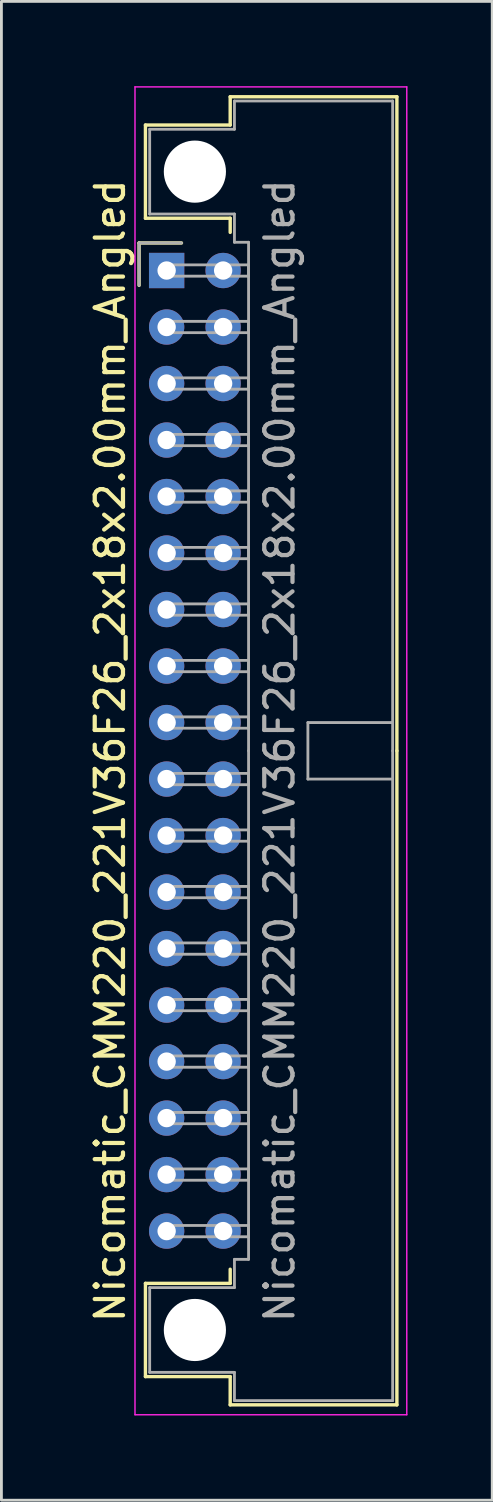
<source format=kicad_pcb>
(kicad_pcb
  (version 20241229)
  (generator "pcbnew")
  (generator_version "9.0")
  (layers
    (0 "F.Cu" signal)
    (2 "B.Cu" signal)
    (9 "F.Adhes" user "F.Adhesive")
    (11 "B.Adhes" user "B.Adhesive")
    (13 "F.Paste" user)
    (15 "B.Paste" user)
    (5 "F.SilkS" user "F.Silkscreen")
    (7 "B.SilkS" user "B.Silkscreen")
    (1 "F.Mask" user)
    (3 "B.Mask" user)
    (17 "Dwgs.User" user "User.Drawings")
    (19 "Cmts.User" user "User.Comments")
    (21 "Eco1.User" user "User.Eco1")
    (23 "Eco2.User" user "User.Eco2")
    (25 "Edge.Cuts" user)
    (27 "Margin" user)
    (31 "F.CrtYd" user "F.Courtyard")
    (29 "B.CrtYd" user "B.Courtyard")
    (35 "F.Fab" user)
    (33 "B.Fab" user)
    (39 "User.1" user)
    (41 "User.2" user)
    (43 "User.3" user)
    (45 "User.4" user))
  (footprint "Nicomatic_CMM220_221V36F26_2x18x2.00mm_Angled"
    (layer "F.Cu")
    (at 2.848 6.525)
    (property "Reference" "Nicomatic_CMM220_221V36F26_2x18x2.00mm_Angled" (at -2 17 90) (layer "F.SilkS") (effects (font (size 1 1) (thickness 0.15))))
    (attr through_hole)
    (fp_line (start -0.975 -0.975) (end -0.975 0.525) (stroke (width 0.12) (type solid)) (layer "F.SilkS"))
    (fp_line (start -0.75 -5.15) (end -0.75 -1.85) (stroke (width 0.12) (type solid)) (layer "F.SilkS"))
    (fp_line (start -0.75 -1.85) (end 2.25 -1.85) (stroke (width 0.12) (type solid)) (layer "F.SilkS"))
    (fp_line (start -0.75 35.85) (end 2.25 35.85) (stroke (width 0.12) (type solid)) (layer "F.SilkS"))
    (fp_line (start -0.75 39.15) (end -0.75 35.85) (stroke (width 0.12) (type solid)) (layer "F.SilkS"))
    (fp_line (start 0.525 -0.975) (end -0.975 -0.975) (stroke (width 0.12) (type solid)) (layer "F.SilkS"))
    (fp_line (start 2.25 -6.15) (end 2.25 -5.15) (stroke (width 0.12) (type solid)) (layer "F.SilkS"))
    (fp_line (start 2.25 -5.15) (end -0.75 -5.15) (stroke (width 0.12) (type solid)) (layer "F.SilkS"))
    (fp_line (start 2.25 -1.85) (end 2.25 -1.35) (stroke (width 0.12) (type solid)) (layer "F.SilkS"))
    (fp_line (start 2.25 35.85) (end 2.25 35.35) (stroke (width 0.12) (type solid)) (layer "F.SilkS"))
    (fp_line (start 2.25 39.15) (end -0.75 39.15) (stroke (width 0.12) (type solid)) (layer "F.SilkS"))
    (fp_line (start 2.25 40.15) (end 2.25 39.15) (stroke (width 0.12) (type solid)) (layer "F.SilkS"))
    (fp_line (start 8.15 -6.15) (end 2.25 -6.15) (stroke (width 0.12) (type solid)) (layer "F.SilkS"))
    (fp_line (start 8.15 17) (end 8.15 -6.15) (stroke (width 0.12) (type solid)) (layer "F.SilkS"))
    (fp_line (start 8.15 17) (end 8.15 40.15) (stroke (width 0.12) (type solid)) (layer "F.SilkS"))
    (fp_line (start 8.15 40.15) (end 2.25 40.15) (stroke (width 0.12) (type solid)) (layer "F.SilkS"))
    (fp_line (start -1.12 -6.5) (end -1.12 40.5) (stroke (width 0.05) (type solid)) (layer "F.CrtYd"))
    (fp_line (start -1.12 40.5) (end 8.5 40.5) (stroke (width 0.05) (type solid)) (layer "F.CrtYd"))
    (fp_line (start 8.5 -6.5) (end -1.12 -6.5) (stroke (width 0.05) (type solid)) (layer "F.CrtYd"))
    (fp_line (start 8.5 40.5) (end 8.5 -6.5) (stroke (width 0.05) (type solid)) (layer "F.CrtYd"))
    (fp_line (start -0.975 -0.975) (end -0.975 0.525) (stroke (width 0.1) (type solid)) (layer "F.Fab"))
    (fp_line (start -0.6 -5) (end -0.6 -2) (stroke (width 0.1) (type solid)) (layer "F.Fab"))
    (fp_line (start -0.6 -2) (end 2.4 -2) (stroke (width 0.1) (type solid)) (layer "F.Fab"))
    (fp_line (start -0.6 36) (end 2.4 36) (stroke (width 0.1) (type solid)) (layer "F.Fab"))
    (fp_line (start -0.6 39) (end -0.6 36) (stroke (width 0.1) (type solid)) (layer "F.Fab"))
    (fp_line (start 0 -0.2) (end 0 0.2) (stroke (width 0.1) (type solid)) (layer "F.Fab"))
    (fp_line (start 0 0.2) (end 2.9 0.2) (stroke (width 0.1) (type solid)) (layer "F.Fab"))
    (fp_line (start 0 1.8) (end 0 2.2) (stroke (width 0.1) (type solid)) (layer "F.Fab"))
    (fp_line (start 0 2.2) (end 2.9 2.2) (stroke (width 0.1) (type solid)) (layer "F.Fab"))
    (fp_line (start 0 3.8) (end 0 4.2) (stroke (width 0.1) (type solid)) (layer "F.Fab"))
    (fp_line (start 0 4.2) (end 2.9 4.2) (stroke (width 0.1) (type solid)) (layer "F.Fab"))
    (fp_line (start 0 5.8) (end 0 6.2) (stroke (width 0.1) (type solid)) (layer "F.Fab"))
    (fp_line (start 0 6.2) (end 2.9 6.2) (stroke (width 0.1) (type solid)) (layer "F.Fab"))
    (fp_line (start 0 7.8) (end 0 8.2) (stroke (width 0.1) (type solid)) (layer "F.Fab"))
    (fp_line (start 0 8.2) (end 2.9 8.2) (stroke (width 0.1) (type solid)) (layer "F.Fab"))
    (fp_line (start 0 9.8) (end 0 10.2) (stroke (width 0.1) (type solid)) (layer "F.Fab"))
    (fp_line (start 0 10.2) (end 2.9 10.2) (stroke (width 0.1) (type solid)) (layer "F.Fab"))
    (fp_line (start 0 11.8) (end 0 12.2) (stroke (width 0.1) (type solid)) (layer "F.Fab"))
    (fp_line (start 0 12.2) (end 2.9 12.2) (stroke (width 0.1) (type solid)) (layer "F.Fab"))
    (fp_line (start 0 13.8) (end 0 14.2) (stroke (width 0.1) (type solid)) (layer "F.Fab"))
    (fp_line (start 0 14.2) (end 2.9 14.2) (stroke (width 0.1) (type solid)) (layer "F.Fab"))
    (fp_line (start 0 15.8) (end 0 16.2) (stroke (width 0.1) (type solid)) (layer "F.Fab"))
    (fp_line (start 0 16.2) (end 2.9 16.2) (stroke (width 0.1) (type solid)) (layer "F.Fab"))
    (fp_line (start 0 17.8) (end 0 18.2) (stroke (width 0.1) (type solid)) (layer "F.Fab"))
    (fp_line (start 0 18.2) (end 2.9 18.2) (stroke (width 0.1) (type solid)) (layer "F.Fab"))
    (fp_line (start 0 19.8) (end 0 20.2) (stroke (width 0.1) (type solid)) (layer "F.Fab"))
    (fp_line (start 0 20.2) (end 2.9 20.2) (stroke (width 0.1) (type solid)) (layer "F.Fab"))
    (fp_line (start 0 21.8) (end 0 22.2) (stroke (width 0.1) (type solid)) (layer "F.Fab"))
    (fp_line (start 0 22.2) (end 2.9 22.2) (stroke (width 0.1) (type solid)) (layer "F.Fab"))
    (fp_line (start 0 23.8) (end 0 24.2) (stroke (width 0.1) (type solid)) (layer "F.Fab"))
    (fp_line (start 0 24.2) (end 2.9 24.2) (stroke (width 0.1) (type solid)) (layer "F.Fab"))
    (fp_line (start 0 25.8) (end 0 26.2) (stroke (width 0.1) (type solid)) (layer "F.Fab"))
    (fp_line (start 0 26.2) (end 2.9 26.2) (stroke (width 0.1) (type solid)) (layer "F.Fab"))
    (fp_line (start 0 27.8) (end 0 28.2) (stroke (width 0.1) (type solid)) (layer "F.Fab"))
    (fp_line (start 0 28.2) (end 2.9 28.2) (stroke (width 0.1) (type solid)) (layer "F.Fab"))
    (fp_line (start 0 29.8) (end 0 30.2) (stroke (width 0.1) (type solid)) (layer "F.Fab"))
    (fp_line (start 0 30.2) (end 2.9 30.2) (stroke (width 0.1) (type solid)) (layer "F.Fab"))
    (fp_line (start 0 31.8) (end 0 32.2) (stroke (width 0.1) (type solid)) (layer "F.Fab"))
    (fp_line (start 0 32.2) (end 2.9 32.2) (stroke (width 0.1) (type solid)) (layer "F.Fab"))
    (fp_line (start 0 33.8) (end 0 34.2) (stroke (width 0.1) (type solid)) (layer "F.Fab"))
    (fp_line (start 0 34.2) (end 2.9 34.2) (stroke (width 0.1) (type solid)) (layer "F.Fab"))
    (fp_line (start 0.525 -0.975) (end -0.975 -0.975) (stroke (width 0.1) (type solid)) (layer "F.Fab"))
    (fp_line (start 2.4 -6) (end 2.4 -5) (stroke (width 0.1) (type solid)) (layer "F.Fab"))
    (fp_line (start 2.4 -5) (end -0.6 -5) (stroke (width 0.1) (type solid)) (layer "F.Fab"))
    (fp_line (start 2.4 -2) (end 2.4 -1) (stroke (width 0.1) (type solid)) (layer "F.Fab"))
    (fp_line (start 2.4 -1) (end 2.9 -1) (stroke (width 0.1) (type solid)) (layer "F.Fab"))
    (fp_line (start 2.4 35) (end 2.9 35) (stroke (width 0.1) (type solid)) (layer "F.Fab"))
    (fp_line (start 2.4 36) (end 2.4 35) (stroke (width 0.1) (type solid)) (layer "F.Fab"))
    (fp_line (start 2.4 39) (end -0.6 39) (stroke (width 0.1) (type solid)) (layer "F.Fab"))
    (fp_line (start 2.4 40) (end 2.4 39) (stroke (width 0.1) (type solid)) (layer "F.Fab"))
    (fp_line (start 2.9 -1) (end 2.9 17) (stroke (width 0.1) (type solid)) (layer "F.Fab"))
    (fp_line (start 2.9 -0.2) (end 0 -0.2) (stroke (width 0.1) (type solid)) (layer "F.Fab"))
    (fp_line (start 2.9 0.2) (end 2.9 -0.2) (stroke (width 0.1) (type solid)) (layer "F.Fab"))
    (fp_line (start 2.9 1.8) (end 0 1.8) (stroke (width 0.1) (type solid)) (layer "F.Fab"))
    (fp_line (start 2.9 2.2) (end 2.9 1.8) (stroke (width 0.1) (type solid)) (layer "F.Fab"))
    (fp_line (start 2.9 3.8) (end 0 3.8) (stroke (width 0.1) (type solid)) (layer "F.Fab"))
    (fp_line (start 2.9 4.2) (end 2.9 3.8) (stroke (width 0.1) (type solid)) (layer "F.Fab"))
    (fp_line (start 2.9 5.8) (end 0 5.8) (stroke (width 0.1) (type solid)) (layer "F.Fab"))
    (fp_line (start 2.9 6.2) (end 2.9 5.8) (stroke (width 0.1) (type solid)) (layer "F.Fab"))
    (fp_line (start 2.9 7.8) (end 0 7.8) (stroke (width 0.1) (type solid)) (layer "F.Fab"))
    (fp_line (start 2.9 8.2) (end 2.9 7.8) (stroke (width 0.1) (type solid)) (layer "F.Fab"))
    (fp_line (start 2.9 9.8) (end 0 9.8) (stroke (width 0.1) (type solid)) (layer "F.Fab"))
    (fp_line (start 2.9 10.2) (end 2.9 9.8) (stroke (width 0.1) (type solid)) (layer "F.Fab"))
    (fp_line (start 2.9 11.8) (end 0 11.8) (stroke (width 0.1) (type solid)) (layer "F.Fab"))
    (fp_line (start 2.9 12.2) (end 2.9 11.8) (stroke (width 0.1) (type solid)) (layer "F.Fab"))
    (fp_line (start 2.9 13.8) (end 0 13.8) (stroke (width 0.1) (type solid)) (layer "F.Fab"))
    (fp_line (start 2.9 14.2) (end 2.9 13.8) (stroke (width 0.1) (type solid)) (layer "F.Fab"))
    (fp_line (start 2.9 15.8) (end 0 15.8) (stroke (width 0.1) (type solid)) (layer "F.Fab"))
    (fp_line (start 2.9 16.2) (end 2.9 15.8) (stroke (width 0.1) (type solid)) (layer "F.Fab"))
    (fp_line (start 2.9 17.8) (end 0 17.8) (stroke (width 0.1) (type solid)) (layer "F.Fab"))
    (fp_line (start 2.9 18.2) (end 2.9 17.8) (stroke (width 0.1) (type solid)) (layer "F.Fab"))
    (fp_line (start 2.9 19.8) (end 0 19.8) (stroke (width 0.1) (type solid)) (layer "F.Fab"))
    (fp_line (start 2.9 20.2) (end 2.9 19.8) (stroke (width 0.1) (type solid)) (layer "F.Fab"))
    (fp_line (start 2.9 21.8) (end 0 21.8) (stroke (width 0.1) (type solid)) (layer "F.Fab"))
    (fp_line (start 2.9 22.2) (end 2.9 21.8) (stroke (width 0.1) (type solid)) (layer "F.Fab"))
    (fp_line (start 2.9 23.8) (end 0 23.8) (stroke (width 0.1) (type solid)) (layer "F.Fab"))
    (fp_line (start 2.9 24.2) (end 2.9 23.8) (stroke (width 0.1) (type solid)) (layer "F.Fab"))
    (fp_line (start 2.9 25.8) (end 0 25.8) (stroke (width 0.1) (type solid)) (layer "F.Fab"))
    (fp_line (start 2.9 26.2) (end 2.9 25.8) (stroke (width 0.1) (type solid)) (layer "F.Fab"))
    (fp_line (start 2.9 27.8) (end 0 27.8) (stroke (width 0.1) (type solid)) (layer "F.Fab"))
    (fp_line (start 2.9 28.2) (end 2.9 27.8) (stroke (width 0.1) (type solid)) (layer "F.Fab"))
    (fp_line (start 2.9 29.8) (end 0 29.8) (stroke (width 0.1) (type solid)) (layer "F.Fab"))
    (fp_line (start 2.9 30.2) (end 2.9 29.8) (stroke (width 0.1) (type solid)) (layer "F.Fab"))
    (fp_line (start 2.9 31.8) (end 0 31.8) (stroke (width 0.1) (type solid)) (layer "F.Fab"))
    (fp_line (start 2.9 32.2) (end 2.9 31.8) (stroke (width 0.1) (type solid)) (layer "F.Fab"))
    (fp_line (start 2.9 33.8) (end 0 33.8) (stroke (width 0.1) (type solid)) (layer "F.Fab"))
    (fp_line (start 2.9 34.2) (end 2.9 33.8) (stroke (width 0.1) (type solid)) (layer "F.Fab"))
    (fp_line (start 2.9 35) (end 2.9 17) (stroke (width 0.1) (type solid)) (layer "F.Fab"))
    (fp_line (start 5 16) (end 5 18) (stroke (width 0.1) (type solid)) (layer "F.Fab"))
    (fp_line (start 5 18) (end 8 18) (stroke (width 0.1) (type solid)) (layer "F.Fab"))
    (fp_line (start 8 -6) (end 2.4 -6) (stroke (width 0.1) (type solid)) (layer "F.Fab"))
    (fp_line (start 8 16) (end 5 16) (stroke (width 0.1) (type solid)) (layer "F.Fab"))
    (fp_line (start 8 17) (end 8 -6) (stroke (width 0.1) (type solid)) (layer "F.Fab"))
    (fp_line (start 8 17) (end 8 40) (stroke (width 0.1) (type solid)) (layer "F.Fab"))
    (fp_line (start 8 40) (end 2.4 40) (stroke (width 0.1) (type solid)) (layer "F.Fab"))
    (fp_text user "${REFERENCE}" (at 4 17 90) (layer "F.Fab") (effects (font (size 1 1) (thickness 0.15))))
    (pad "" np_thru_hole circle (at 1 -3.5) (size 2.2 2.2) (drill 2.2) (layers "*.Cu" "*.Mask"))
    (pad "" np_thru_hole circle (at 1 37.5) (size 2.2 2.2) (drill 2.2) (layers "*.Cu" "*.Mask"))
    (pad "1" thru_hole rect (at 0 0) (size 1.25 1.25) (drill 0.65) (layers "*.Cu" "*.Mask"))
    (pad "2" thru_hole oval (at 0 2) (size 1.25 1.25) (drill 0.65) (layers "*.Cu" "*.Mask"))
    (pad "3" thru_hole oval (at 0 4) (size 1.25 1.25) (drill 0.65) (layers "*.Cu" "*.Mask"))
    (pad "4" thru_hole oval (at 0 6) (size 1.25 1.25) (drill 0.65) (layers "*.Cu" "*.Mask"))
    (pad "5" thru_hole oval (at 0 8) (size 1.25 1.25) (drill 0.65) (layers "*.Cu" "*.Mask"))
    (pad "6" thru_hole oval (at 0 10) (size 1.25 1.25) (drill 0.65) (layers "*.Cu" "*.Mask"))
    (pad "7" thru_hole oval (at 0 12) (size 1.25 1.25) (drill 0.65) (layers "*.Cu" "*.Mask"))
    (pad "8" thru_hole oval (at 0 14) (size 1.25 1.25) (drill 0.65) (layers "*.Cu" "*.Mask"))
    (pad "9" thru_hole oval (at 0 16) (size 1.25 1.25) (drill 0.65) (layers "*.Cu" "*.Mask"))
    (pad "10" thru_hole oval (at 0 18) (size 1.25 1.25) (drill 0.65) (layers "*.Cu" "*.Mask"))
    (pad "11" thru_hole oval (at 0 20) (size 1.25 1.25) (drill 0.65) (layers "*.Cu" "*.Mask"))
    (pad "12" thru_hole oval (at 0 22) (size 1.25 1.25) (drill 0.65) (layers "*.Cu" "*.Mask"))
    (pad "13" thru_hole oval (at 0 24) (size 1.25 1.25) (drill 0.65) (layers "*.Cu" "*.Mask"))
    (pad "14" thru_hole oval (at 0 26) (size 1.25 1.25) (drill 0.65) (layers "*.Cu" "*.Mask"))
    (pad "15" thru_hole oval (at 0 28) (size 1.25 1.25) (drill 0.65) (layers "*.Cu" "*.Mask"))
    (pad "16" thru_hole oval (at 0 30) (size 1.25 1.25) (drill 0.65) (layers "*.Cu" "*.Mask"))
    (pad "17" thru_hole oval (at 0 32) (size 1.25 1.25) (drill 0.65) (layers "*.Cu" "*.Mask"))
    (pad "18" thru_hole oval (at 0 34) (size 1.25 1.25) (drill 0.65) (layers "*.Cu" "*.Mask"))
    (pad "19" thru_hole oval (at 2 0) (size 1.25 1.25) (drill 0.65) (layers "*.Cu" "*.Mask"))
    (pad "20" thru_hole oval (at 2 2) (size 1.25 1.25) (drill 0.65) (layers "*.Cu" "*.Mask"))
    (pad "21" thru_hole oval (at 2 4) (size 1.25 1.25) (drill 0.65) (layers "*.Cu" "*.Mask"))
    (pad "22" thru_hole oval (at 2 6) (size 1.25 1.25) (drill 0.65) (layers "*.Cu" "*.Mask"))
    (pad "23" thru_hole oval (at 2 8) (size 1.25 1.25) (drill 0.65) (layers "*.Cu" "*.Mask"))
    (pad "24" thru_hole oval (at 2 10) (size 1.25 1.25) (drill 0.65) (layers "*.Cu" "*.Mask"))
    (pad "25" thru_hole oval (at 2 12) (size 1.25 1.25) (drill 0.65) (layers "*.Cu" "*.Mask"))
    (pad "26" thru_hole oval (at 2 14) (size 1.25 1.25) (drill 0.65) (layers "*.Cu" "*.Mask"))
    (pad "27" thru_hole oval (at 2 16) (size 1.25 1.25) (drill 0.65) (layers "*.Cu" "*.Mask"))
    (pad "28" thru_hole oval (at 2 18) (size 1.25 1.25) (drill 0.65) (layers "*.Cu" "*.Mask"))
    (pad "29" thru_hole oval (at 2 20) (size 1.25 1.25) (drill 0.65) (layers "*.Cu" "*.Mask"))
    (pad "30" thru_hole oval (at 2 22) (size 1.25 1.25) (drill 0.65) (layers "*.Cu" "*.Mask"))
    (pad "31" thru_hole oval (at 2 24) (size 1.25 1.25) (drill 0.65) (layers "*.Cu" "*.Mask"))
    (pad "32" thru_hole oval (at 2 26) (size 1.25 1.25) (drill 0.65) (layers "*.Cu" "*.Mask"))
    (pad "33" thru_hole oval (at 2 28) (size 1.25 1.25) (drill 0.65) (layers "*.Cu" "*.Mask"))
    (pad "34" thru_hole oval (at 2 30) (size 1.25 1.25) (drill 0.65) (layers "*.Cu" "*.Mask"))
    (pad "35" thru_hole oval (at 2 32) (size 1.25 1.25) (drill 0.65) (layers "*.Cu" "*.Mask"))
    (pad "36" thru_hole oval (at 2 34) (size 1.25 1.25) (drill 0.65) (layers "*.Cu" "*.Mask")))
  (gr_rect
    (start -3 -3)
    (end 14.373 50.05)
    (stroke (width 0.1) (type default))
    (fill no)
    (layer "Edge.Cuts")))
</source>
